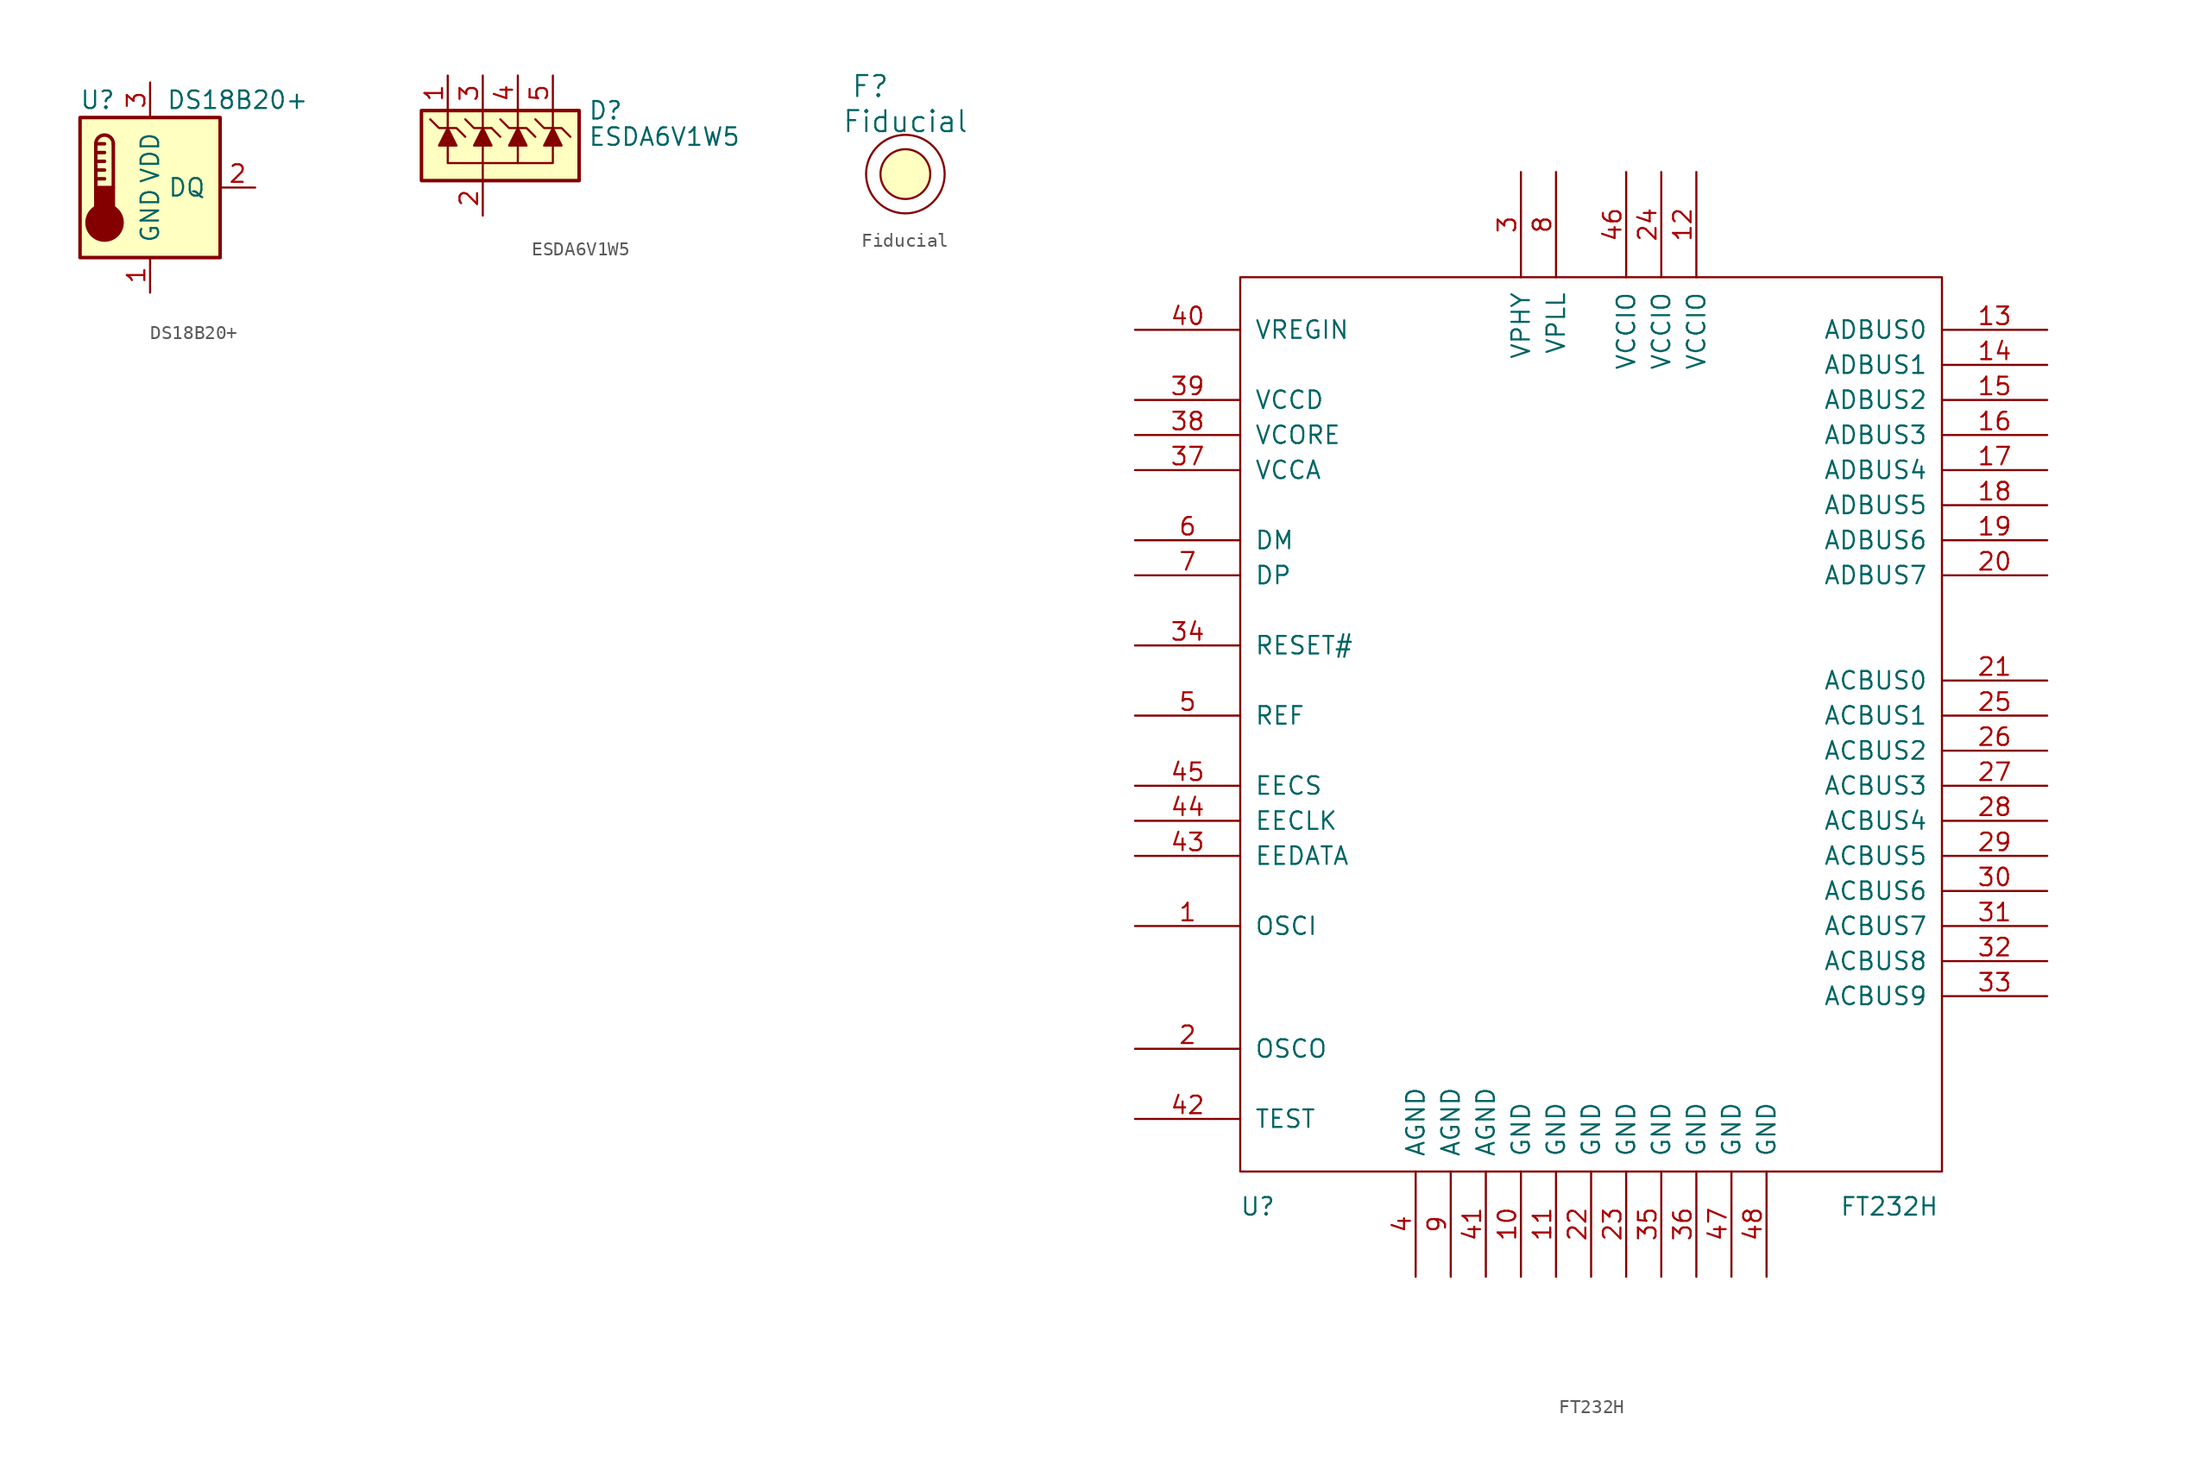
<source format=kicad_sym>
(kicad_symbol_lib
  (version 20211014)
  (generator kicad_symbol_editor)
  (symbol "DS18B20+"
    (pin_names
      (offset 1.016))
    (property "Reference" "U"
      (at -3.81 6.35 0)
      (effects (font (size 1.27 1.27))))
    (property "Value" "DS18B20+"
      (at 6.35 6.35 0)
      (effects (font (size 1.27 1.27))))
    (symbol "DS18B20+_0_1"
      (rectangle (start -5.08 5.08) (end 5.08 -5.08) (stroke (width 0.254) (type default) (color 0 0 0 0)) (fill (type background)))
      (circle (center -3.302 -2.54) (radius 1.27) (stroke (width 0.254) (type default) (color 0 0 0 0)) (fill (type outline)))
      (rectangle (start -2.667 -1.905) (end -3.937 0) (stroke (width 0.254) (type default) (color 0 0 0 0)) (fill (type outline)))
      (arc (start -2.667 3.175) (mid -3.302 3.81) (end -3.937 3.175) (stroke (width 0.254) (type default) (color 0 0 0 0)) (fill (type none)))
      (polyline (pts (xy -3.937 0.635) (xy -3.302 0.635)) (stroke (width 0.254) (type default) (color 0 0 0 0)) (fill (type none)))
      (polyline (pts (xy -3.937 1.27) (xy -3.302 1.27)) (stroke (width 0.254) (type default) (color 0 0 0 0)) (fill (type none)))
      (polyline (pts (xy -3.937 1.905) (xy -3.302 1.905)) (stroke (width 0.254) (type default) (color 0 0 0 0)) (fill (type none)))
      (polyline (pts (xy -3.937 2.54) (xy -3.302 2.54)) (stroke (width 0.254) (type default) (color 0 0 0 0)) (fill (type none)))
      (polyline (pts (xy -3.937 3.175) (xy -3.937 0)) (stroke (width 0.254) (type default) (color 0 0 0 0)) (fill (type none)))
      (polyline (pts (xy -3.937 3.175) (xy -3.302 3.175)) (stroke (width 0.254) (type default) (color 0 0 0 0)) (fill (type none)))
      (polyline (pts (xy -2.667 3.175) (xy -2.667 0)) (stroke (width 0.254) (type default) (color 0 0 0 0)) (fill (type none))))
    (symbol "DS18B20+_1_1"
      (pin power_in line (at 0 -7.62 90) (length 2.54) (name "GND" (effects (font (size 1.27 1.27)))) (number "1" (effects (font (size 1.27 1.27)))))
      (pin bidirectional line (at 7.62 0 180) (length 2.54) (name "DQ" (effects (font (size 1.27 1.27)))) (number "2" (effects (font (size 1.27 1.27)))))
      (pin power_in line (at 0 7.62 270) (length 2.54) (name "VDD" (effects (font (size 1.27 1.27)))) (number "3" (effects (font (size 1.27 1.27)))))))
  (symbol "ESDA6V1W5"
    (pin_names
      (offset 1.016) hide)
    (property "Reference" "D"
      (at 7.62 2.54 0)
      (effects (font (size 1.27 1.27)) (justify left)))
    (property "Value" "ESDA6V1W5"
      (at 7.62 0.635 0)
      (effects (font (size 1.27 1.27)) (justify left)))
    (symbol "ESDA6V1W5_0_0"
      (pin input line (at 0 -5.08 90) (length 2.54) (name "A" (effects (font (size 1.27 1.27)))) (number "2" (effects (font (size 1.27 1.27))))))
    (symbol "ESDA6V1W5_0_1"
      (rectangle (start -4.445 2.54) (end 6.985 -2.54) (stroke (width 0.254) (type default) (color 0 0 0 0)) (fill (type background)))
      (polyline (pts (xy -2.54 2.54) (xy -2.54 1.27)) (stroke (width 0) (type default) (color 0 0 0 0)) (fill (type none)))
      (polyline (pts (xy 0 -1.27) (xy 0 -2.54)) (stroke (width 0) (type default) (color 0 0 0 0)) (fill (type none)))
      (polyline (pts (xy 0 -1.27) (xy 0 0)) (stroke (width 0) (type default) (color 0 0 0 0)) (fill (type none)))
      (polyline (pts (xy 0 2.54) (xy 0 1.27)) (stroke (width 0) (type default) (color 0 0 0 0)) (fill (type none)))
      (polyline (pts (xy 0.635 1.27) (xy 1.27 0.635)) (stroke (width 0) (type default) (color 0 0 0 0)) (fill (type none)))
      (polyline (pts (xy 2.54 2.54) (xy 2.54 1.27)) (stroke (width 0) (type default) (color 0 0 0 0)) (fill (type none)))
      (polyline (pts (xy 5.08 2.54) (xy 5.08 1.27)) (stroke (width 0) (type default) (color 0 0 0 0)) (fill (type none)))
      (polyline (pts (xy 0.635 1.27) (xy -0.635 1.27) (xy -1.27 1.905)) (stroke (width 0) (type default) (color 0 0 0 0)) (fill (type none)))
      (polyline (pts (xy 5.08 0) (xy 5.08 -1.27) (xy 2.54 -1.27)) (stroke (width 0) (type default) (color 0 0 0 0)) (fill (type none)))
      (polyline (pts (xy -3.81 1.905) (xy -3.175 1.27) (xy -1.905 1.27) (xy -1.27 0.635)) (stroke (width 0) (type default) (color 0 0 0 0)) (fill (type none)))
      (polyline (pts (xy -2.54 0) (xy -2.54 -1.27) (xy 2.54 -1.27) (xy 2.54 0)) (stroke (width 0) (type default) (color 0 0 0 0)) (fill (type none)))
      (polyline (pts (xy -2.54 1.27) (xy -1.905 0) (xy -3.175 0) (xy -2.54 1.27)) (stroke (width 0) (type default) (color 0 0 0 0)) (fill (type outline)))
      (polyline (pts (xy 0.635 0) (xy -0.635 0) (xy 0 1.27) (xy 0.635 0)) (stroke (width 0) (type default) (color 0 0 0 0)) (fill (type outline)))
      (polyline (pts (xy 1.27 1.905) (xy 1.905 1.27) (xy 3.175 1.27) (xy 3.81 0.635)) (stroke (width 0) (type default) (color 0 0 0 0)) (fill (type none)))
      (polyline (pts (xy 2.54 1.27) (xy 1.905 0) (xy 3.175 0) (xy 2.54 1.27)) (stroke (width 0) (type default) (color 0 0 0 0)) (fill (type outline)))
      (polyline (pts (xy 3.81 1.905) (xy 4.445 1.27) (xy 5.715 1.27) (xy 6.35 0.635)) (stroke (width 0) (type default) (color 0 0 0 0)) (fill (type none)))
      (polyline (pts (xy 5.08 1.27) (xy 4.445 0) (xy 5.715 0) (xy 5.08 1.27)) (stroke (width 0) (type default) (color 0 0 0 0)) (fill (type outline))))
    (symbol "ESDA6V1W5_1_1"
      (pin input line (at -2.54 5.08 270) (length 2.54) (name "K" (effects (font (size 1.27 1.27)))) (number "1" (effects (font (size 1.27 1.27)))))
      (pin input line (at 0 5.08 270) (length 2.54) (name "K" (effects (font (size 1.27 1.27)))) (number "3" (effects (font (size 1.27 1.27)))))
      (pin input line (at 2.54 5.08 270) (length 2.54) (name "K" (effects (font (size 1.27 1.27)))) (number "4" (effects (font (size 1.27 1.27)))))
      (pin input line (at 5.08 5.08 270) (length 2.54) (name "K" (effects (font (size 1.27 1.27)))) (number "5" (effects (font (size 1.27 1.27)))))))
  (symbol "Fiducial"
    (pin_names
      (offset 1.016))
    (property "Reference" "F"
      (at -2.54 6.35 0)
      (effects (font (size 1.524 1.524))))
    (property "Value" "Fiducial"
      (at 0 3.81 0)
      (effects (font (size 1.524 1.524))))
    (symbol "Fiducial_0_1"
      (circle (center 0 0) (radius 1.803) (stroke (width 0) (type default) (color 0 0 0 0)) (fill (type background)))
      (circle (center 0 0) (radius 2.845) (stroke (width 0) (type default) (color 0 0 0 0)) (fill (type none)))))
  (symbol "FT232H"
    (pin_names
      (offset 1.016))
    (property "Reference" "U"
      (at -24.13 -40.64 0)
      (effects (font (size 1.27 1.27))))
    (property "Value" "FT232H"
      (at 21.59 -40.64 0)
      (effects (font (size 1.27 1.27))))
    (symbol "FT232H_1_0"
      (rectangle (start -25.4 -38.1) (end 25.4 26.67) (stroke (width 0) (type default) (color 0 0 0 0)) (fill (type none))))
    (symbol "FT232H_1_1"
      (pin input line (at -33.02 -20.32 0) (length 7.62) (name "OSCI" (effects (font (size 1.27 1.27)))) (number "1" (effects (font (size 1.27 1.27)))))
      (pin input line (at -5.08 -45.72 90) (length 7.62) (name "GND" (effects (font (size 1.27 1.27)))) (number "10" (effects (font (size 1.27 1.27)))))
      (pin input line (at -2.54 -45.72 90) (length 7.62) (name "GND" (effects (font (size 1.27 1.27)))) (number "11" (effects (font (size 1.27 1.27)))))
      (pin input line (at 7.62 34.29 270) (length 7.62) (name "VCCIO" (effects (font (size 1.27 1.27)))) (number "12" (effects (font (size 1.27 1.27)))))
      (pin input line (at 33.02 22.86 180) (length 7.62) (name "ADBUS0" (effects (font (size 1.27 1.27)))) (number "13" (effects (font (size 1.27 1.27)))))
      (pin input line (at 33.02 20.32 180) (length 7.62) (name "ADBUS1" (effects (font (size 1.27 1.27)))) (number "14" (effects (font (size 1.27 1.27)))))
      (pin input line (at 33.02 17.78 180) (length 7.62) (name "ADBUS2" (effects (font (size 1.27 1.27)))) (number "15" (effects (font (size 1.27 1.27)))))
      (pin input line (at 33.02 15.24 180) (length 7.62) (name "ADBUS3" (effects (font (size 1.27 1.27)))) (number "16" (effects (font (size 1.27 1.27)))))
      (pin input line (at 33.02 12.7 180) (length 7.62) (name "ADBUS4" (effects (font (size 1.27 1.27)))) (number "17" (effects (font (size 1.27 1.27)))))
      (pin input line (at 33.02 10.16 180) (length 7.62) (name "ADBUS5" (effects (font (size 1.27 1.27)))) (number "18" (effects (font (size 1.27 1.27)))))
      (pin input line (at 33.02 7.62 180) (length 7.62) (name "ADBUS6" (effects (font (size 1.27 1.27)))) (number "19" (effects (font (size 1.27 1.27)))))
      (pin input line (at -33.02 -29.21 0) (length 7.62) (name "OSCO" (effects (font (size 1.27 1.27)))) (number "2" (effects (font (size 1.27 1.27)))))
      (pin input line (at 33.02 5.08 180) (length 7.62) (name "ADBUS7" (effects (font (size 1.27 1.27)))) (number "20" (effects (font (size 1.27 1.27)))))
      (pin input line (at 33.02 -2.54 180) (length 7.62) (name "ACBUS0" (effects (font (size 1.27 1.27)))) (number "21" (effects (font (size 1.27 1.27)))))
      (pin input line (at 0 -45.72 90) (length 7.62) (name "GND" (effects (font (size 1.27 1.27)))) (number "22" (effects (font (size 1.27 1.27)))))
      (pin input line (at 2.54 -45.72 90) (length 7.62) (name "GND" (effects (font (size 1.27 1.27)))) (number "23" (effects (font (size 1.27 1.27)))))
      (pin input line (at 5.08 34.29 270) (length 7.62) (name "VCCIO" (effects (font (size 1.27 1.27)))) (number "24" (effects (font (size 1.27 1.27)))))
      (pin input line (at 33.02 -5.08 180) (length 7.62) (name "ACBUS1" (effects (font (size 1.27 1.27)))) (number "25" (effects (font (size 1.27 1.27)))))
      (pin input line (at 33.02 -7.62 180) (length 7.62) (name "ACBUS2" (effects (font (size 1.27 1.27)))) (number "26" (effects (font (size 1.27 1.27)))))
      (pin input line (at 33.02 -10.16 180) (length 7.62) (name "ACBUS3" (effects (font (size 1.27 1.27)))) (number "27" (effects (font (size 1.27 1.27)))))
      (pin input line (at 33.02 -12.7 180) (length 7.62) (name "ACBUS4" (effects (font (size 1.27 1.27)))) (number "28" (effects (font (size 1.27 1.27)))))
      (pin input line (at 33.02 -15.24 180) (length 7.62) (name "ACBUS5" (effects (font (size 1.27 1.27)))) (number "29" (effects (font (size 1.27 1.27)))))
      (pin input line (at -5.08 34.29 270) (length 7.62) (name "VPHY" (effects (font (size 1.27 1.27)))) (number "3" (effects (font (size 1.27 1.27)))))
      (pin input line (at 33.02 -17.78 180) (length 7.62) (name "ACBUS6" (effects (font (size 1.27 1.27)))) (number "30" (effects (font (size 1.27 1.27)))))
      (pin input line (at 33.02 -20.32 180) (length 7.62) (name "ACBUS7" (effects (font (size 1.27 1.27)))) (number "31" (effects (font (size 1.27 1.27)))))
      (pin input line (at 33.02 -22.86 180) (length 7.62) (name "ACBUS8" (effects (font (size 1.27 1.27)))) (number "32" (effects (font (size 1.27 1.27)))))
      (pin input line (at 33.02 -25.4 180) (length 7.62) (name "ACBUS9" (effects (font (size 1.27 1.27)))) (number "33" (effects (font (size 1.27 1.27)))))
      (pin input line (at -33.02 0 0) (length 7.62) (name "RESET#" (effects (font (size 1.27 1.27)))) (number "34" (effects (font (size 1.27 1.27)))))
      (pin input line (at 5.08 -45.72 90) (length 7.62) (name "GND" (effects (font (size 1.27 1.27)))) (number "35" (effects (font (size 1.27 1.27)))))
      (pin input line (at 7.62 -45.72 90) (length 7.62) (name "GND" (effects (font (size 1.27 1.27)))) (number "36" (effects (font (size 1.27 1.27)))))
      (pin input line (at -33.02 12.7 0) (length 7.62) (name "VCCA" (effects (font (size 1.27 1.27)))) (number "37" (effects (font (size 1.27 1.27)))))
      (pin input line (at -33.02 15.24 0) (length 7.62) (name "VCORE" (effects (font (size 1.27 1.27)))) (number "38" (effects (font (size 1.27 1.27)))))
      (pin input line (at -33.02 17.78 0) (length 7.62) (name "VCCD" (effects (font (size 1.27 1.27)))) (number "39" (effects (font (size 1.27 1.27)))))
      (pin input line (at -12.7 -45.72 90) (length 7.62) (name "AGND" (effects (font (size 1.27 1.27)))) (number "4" (effects (font (size 1.27 1.27)))))
      (pin input line (at -33.02 22.86 0) (length 7.62) (name "VREGIN" (effects (font (size 1.27 1.27)))) (number "40" (effects (font (size 1.27 1.27)))))
      (pin input line (at -7.62 -45.72 90) (length 7.62) (name "AGND" (effects (font (size 1.27 1.27)))) (number "41" (effects (font (size 1.27 1.27)))))
      (pin input line (at -33.02 -34.29 0) (length 7.62) (name "TEST" (effects (font (size 1.27 1.27)))) (number "42" (effects (font (size 1.27 1.27)))))
      (pin input line (at -33.02 -15.24 0) (length 7.62) (name "EEDATA" (effects (font (size 1.27 1.27)))) (number "43" (effects (font (size 1.27 1.27)))))
      (pin input line (at -33.02 -12.7 0) (length 7.62) (name "EECLK" (effects (font (size 1.27 1.27)))) (number "44" (effects (font (size 1.27 1.27)))))
      (pin input line (at -33.02 -10.16 0) (length 7.62) (name "EECS" (effects (font (size 1.27 1.27)))) (number "45" (effects (font (size 1.27 1.27)))))
      (pin input line (at 2.54 34.29 270) (length 7.62) (name "VCCIO" (effects (font (size 1.27 1.27)))) (number "46" (effects (font (size 1.27 1.27)))))
      (pin input line (at 10.16 -45.72 90) (length 7.62) (name "GND" (effects (font (size 1.27 1.27)))) (number "47" (effects (font (size 1.27 1.27)))))
      (pin input line (at 12.7 -45.72 90) (length 7.62) (name "GND" (effects (font (size 1.27 1.27)))) (number "48" (effects (font (size 1.27 1.27)))))
      (pin input line (at -33.02 -5.08 0) (length 7.62) (name "REF" (effects (font (size 1.27 1.27)))) (number "5" (effects (font (size 1.27 1.27)))))
      (pin input line (at -33.02 7.62 0) (length 7.62) (name "DM" (effects (font (size 1.27 1.27)))) (number "6" (effects (font (size 1.27 1.27)))))
      (pin input line (at -33.02 5.08 0) (length 7.62) (name "DP" (effects (font (size 1.27 1.27)))) (number "7" (effects (font (size 1.27 1.27)))))
      (pin input line (at -2.54 34.29 270) (length 7.62) (name "VPLL" (effects (font (size 1.27 1.27)))) (number "8" (effects (font (size 1.27 1.27)))))
      (pin input line (at -10.16 -45.72 90) (length 7.62) (name "AGND" (effects (font (size 1.27 1.27)))) (number "9" (effects (font (size 1.27 1.27))))))))
</source>
